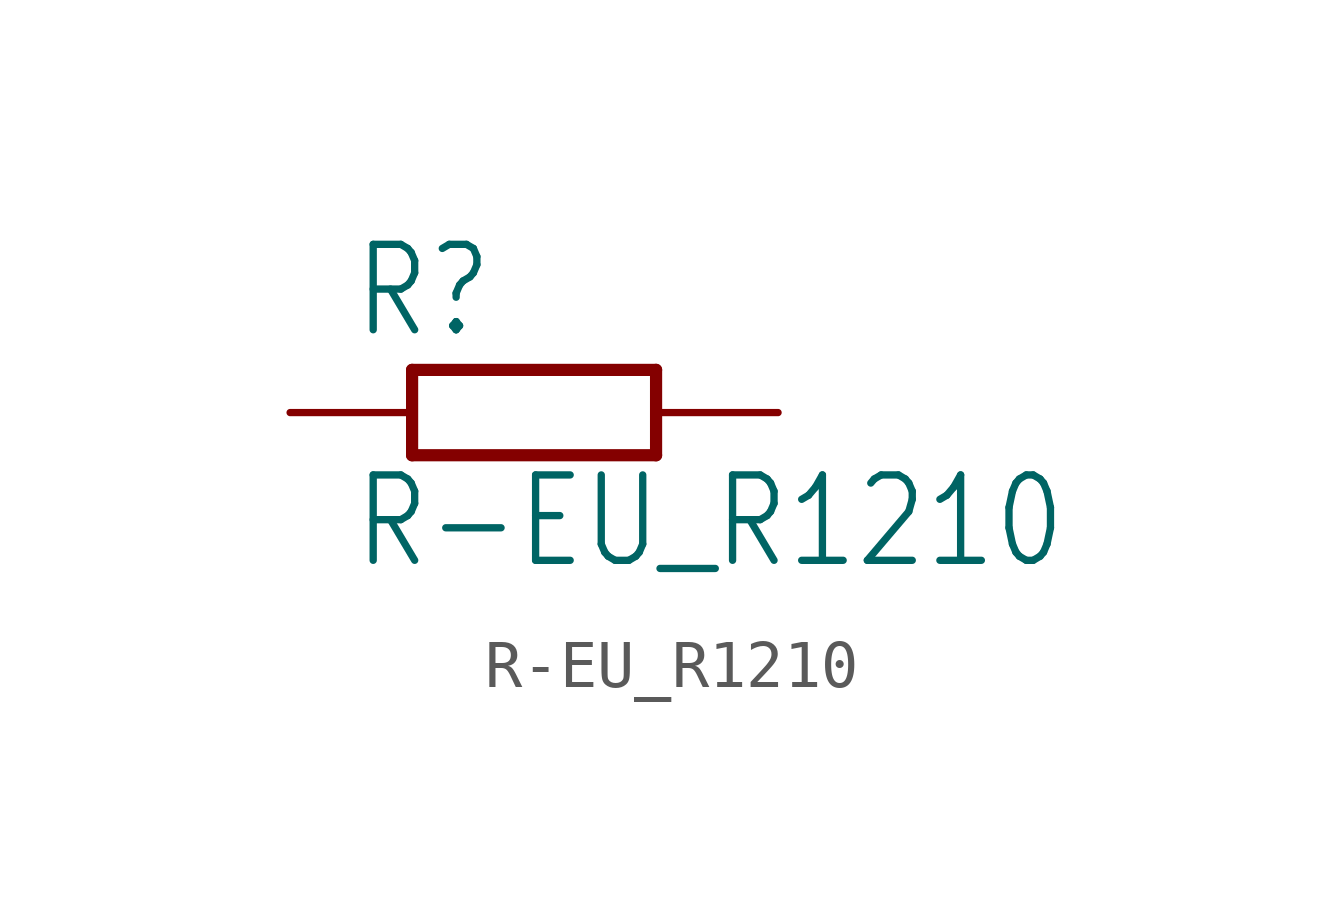
<source format=kicad_sym>
(kicad_symbol_lib
  (version 20211014)
  (generator kicad_symbol_editor)
  (symbol "R-EU_R1210"
    (property "Reference" "R"
      (at -3.81 1.499 0)
      (effects (font (size 1.778 1.511)) (justify left bottom)))
    (property "Value" "R-EU_R1210"
      (at -3.81 -3.302 0)
      (effects (font (size 1.778 1.511)) (justify left bottom)))
    (property "ki_locked" ""
      (at 0 0 0)
      (effects (font (size 1.27 1.27))))
    (symbol "R-EU_R1210_1_0"
      (polyline (pts (xy -2.54 -0.889) (xy -2.54 0.889)) (stroke (width 0.254) (type default) (color 0 0 0 0)) (fill (type none)))
      (polyline (pts (xy -2.54 -0.889) (xy 2.54 -0.889)) (stroke (width 0.254) (type default) (color 0 0 0 0)) (fill (type none)))
      (polyline (pts (xy 2.54 -0.889) (xy 2.54 0.889)) (stroke (width 0.254) (type default) (color 0 0 0 0)) (fill (type none)))
      (polyline (pts (xy 2.54 0.889) (xy -2.54 0.889)) (stroke (width 0.254) (type default) (color 0 0 0 0)) (fill (type none)))
      (pin passive line (at -5.08 0 0) (length 2.54) (name "1" (effects (font (size 0 0)))) (number "1" (effects (font (size 0 0)))))
      (pin passive line (at 5.08 0 180) (length 2.54) (name "2" (effects (font (size 0 0)))) (number "2" (effects (font (size 0 0))))))))
</source>
